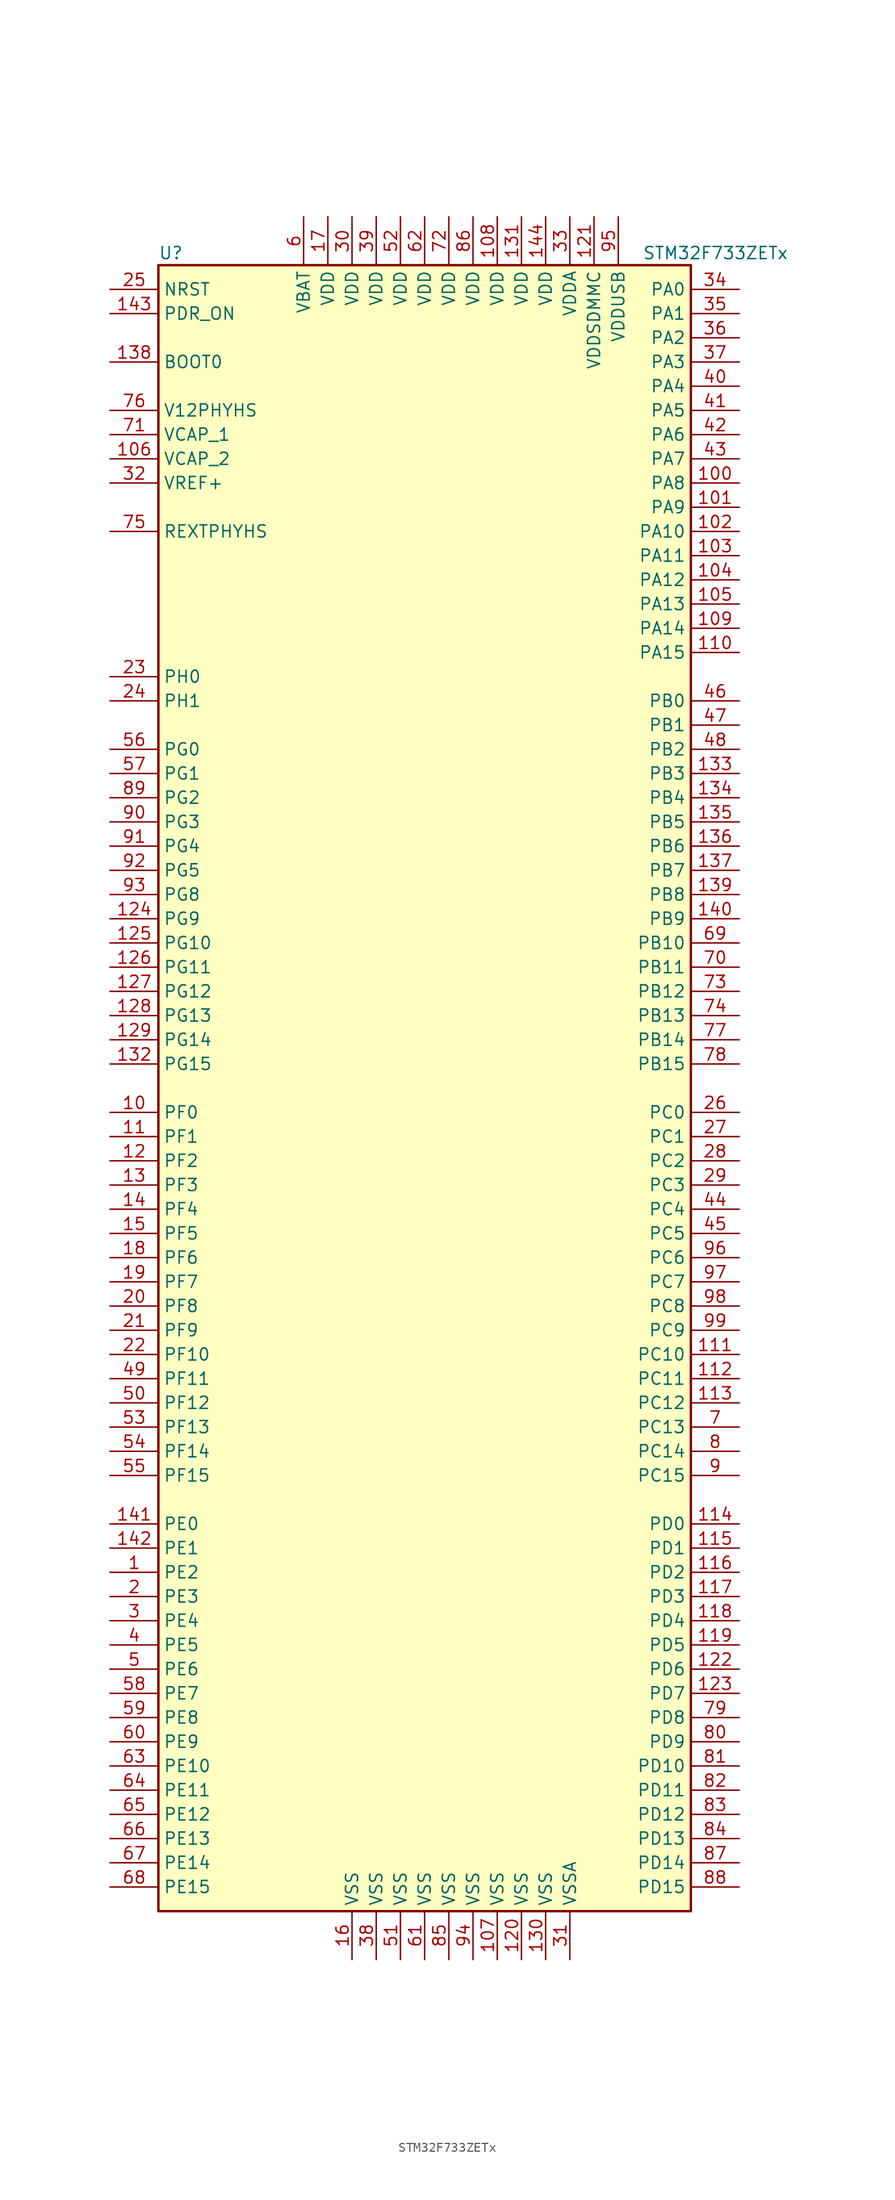
<source format=kicad_sym>
(kicad_symbol_lib
  (version 20201005)
  (generator kicad_symbol_editor)
  (symbol "STM32F733ZETx"
    (property "Reference" "U"
      (at -27.94 87.63 0)
      (effects (font (size 1.27 1.27)) (justify left)))
    (property "Value" "STM32F733ZETx"
      (at 22.86 87.63 0)
      (effects (font (size 1.27 1.27)) (justify left)))
    (symbol "STM32F733ZETx_0_1"
      (rectangle (start -27.94 -86.36) (end 27.94 86.36) (stroke (width 0.254)) (fill (type background))))
    (symbol "STM32F733ZETx_1_1"
      (pin bidirectional line (at -33.02 -50.8 0) (length 5.08) (name "PE2" (effects (font (size 1.27 1.27)))) (number "1" (effects (font (size 1.27 1.27)))))
      (pin bidirectional line (at -33.02 -2.54 0) (length 5.08) (name "PF0" (effects (font (size 1.27 1.27)))) (number "10" (effects (font (size 1.27 1.27)))))
      (pin bidirectional line (at 33.02 63.5 180) (length 5.08) (name "PA8" (effects (font (size 1.27 1.27)))) (number "100" (effects (font (size 1.27 1.27)))))
      (pin bidirectional line (at 33.02 60.96 180) (length 5.08) (name "PA9" (effects (font (size 1.27 1.27)))) (number "101" (effects (font (size 1.27 1.27)))))
      (pin bidirectional line (at 33.02 58.42 180) (length 5.08) (name "PA10" (effects (font (size 1.27 1.27)))) (number "102" (effects (font (size 1.27 1.27)))))
      (pin bidirectional line (at 33.02 55.88 180) (length 5.08) (name "PA11" (effects (font (size 1.27 1.27)))) (number "103" (effects (font (size 1.27 1.27)))))
      (pin bidirectional line (at 33.02 53.34 180) (length 5.08) (name "PA12" (effects (font (size 1.27 1.27)))) (number "104" (effects (font (size 1.27 1.27)))))
      (pin bidirectional line (at 33.02 50.8 180) (length 5.08) (name "PA13" (effects (font (size 1.27 1.27)))) (number "105" (effects (font (size 1.27 1.27)))))
      (pin power_in line (at -33.02 66.04 0) (length 5.08) (name "VCAP_2" (effects (font (size 1.27 1.27)))) (number "106" (effects (font (size 1.27 1.27)))))
      (pin power_in line (at 7.62 -91.44 90) (length 5.08) (name "VSS" (effects (font (size 1.27 1.27)))) (number "107" (effects (font (size 1.27 1.27)))))
      (pin power_in line (at 7.62 91.44 270) (length 5.08) (name "VDD" (effects (font (size 1.27 1.27)))) (number "108" (effects (font (size 1.27 1.27)))))
      (pin bidirectional line (at 33.02 48.26 180) (length 5.08) (name "PA14" (effects (font (size 1.27 1.27)))) (number "109" (effects (font (size 1.27 1.27)))))
      (pin bidirectional line (at -33.02 -5.08 0) (length 5.08) (name "PF1" (effects (font (size 1.27 1.27)))) (number "11" (effects (font (size 1.27 1.27)))))
      (pin bidirectional line (at 33.02 45.72 180) (length 5.08) (name "PA15" (effects (font (size 1.27 1.27)))) (number "110" (effects (font (size 1.27 1.27)))))
      (pin bidirectional line (at 33.02 -27.94 180) (length 5.08) (name "PC10" (effects (font (size 1.27 1.27)))) (number "111" (effects (font (size 1.27 1.27)))))
      (pin bidirectional line (at 33.02 -30.48 180) (length 5.08) (name "PC11" (effects (font (size 1.27 1.27)))) (number "112" (effects (font (size 1.27 1.27)))))
      (pin bidirectional line (at 33.02 -33.02 180) (length 5.08) (name "PC12" (effects (font (size 1.27 1.27)))) (number "113" (effects (font (size 1.27 1.27)))))
      (pin bidirectional line (at 33.02 -45.72 180) (length 5.08) (name "PD0" (effects (font (size 1.27 1.27)))) (number "114" (effects (font (size 1.27 1.27)))))
      (pin bidirectional line (at 33.02 -48.26 180) (length 5.08) (name "PD1" (effects (font (size 1.27 1.27)))) (number "115" (effects (font (size 1.27 1.27)))))
      (pin bidirectional line (at 33.02 -50.8 180) (length 5.08) (name "PD2" (effects (font (size 1.27 1.27)))) (number "116" (effects (font (size 1.27 1.27)))))
      (pin bidirectional line (at 33.02 -53.34 180) (length 5.08) (name "PD3" (effects (font (size 1.27 1.27)))) (number "117" (effects (font (size 1.27 1.27)))))
      (pin bidirectional line (at 33.02 -55.88 180) (length 5.08) (name "PD4" (effects (font (size 1.27 1.27)))) (number "118" (effects (font (size 1.27 1.27)))))
      (pin bidirectional line (at 33.02 -58.42 180) (length 5.08) (name "PD5" (effects (font (size 1.27 1.27)))) (number "119" (effects (font (size 1.27 1.27)))))
      (pin bidirectional line (at -33.02 -7.62 0) (length 5.08) (name "PF2" (effects (font (size 1.27 1.27)))) (number "12" (effects (font (size 1.27 1.27)))))
      (pin power_in line (at 10.16 -91.44 90) (length 5.08) (name "VSS" (effects (font (size 1.27 1.27)))) (number "120" (effects (font (size 1.27 1.27)))))
      (pin power_in line (at 17.78 91.44 270) (length 5.08) (name "VDDSDMMC" (effects (font (size 1.27 1.27)))) (number "121" (effects (font (size 1.27 1.27)))))
      (pin bidirectional line (at 33.02 -60.96 180) (length 5.08) (name "PD6" (effects (font (size 1.27 1.27)))) (number "122" (effects (font (size 1.27 1.27)))))
      (pin bidirectional line (at 33.02 -63.5 180) (length 5.08) (name "PD7" (effects (font (size 1.27 1.27)))) (number "123" (effects (font (size 1.27 1.27)))))
      (pin bidirectional line (at -33.02 17.78 0) (length 5.08) (name "PG9" (effects (font (size 1.27 1.27)))) (number "124" (effects (font (size 1.27 1.27)))))
      (pin bidirectional line (at -33.02 15.24 0) (length 5.08) (name "PG10" (effects (font (size 1.27 1.27)))) (number "125" (effects (font (size 1.27 1.27)))))
      (pin bidirectional line (at -33.02 12.7 0) (length 5.08) (name "PG11" (effects (font (size 1.27 1.27)))) (number "126" (effects (font (size 1.27 1.27)))))
      (pin bidirectional line (at -33.02 10.16 0) (length 5.08) (name "PG12" (effects (font (size 1.27 1.27)))) (number "127" (effects (font (size 1.27 1.27)))))
      (pin bidirectional line (at -33.02 7.62 0) (length 5.08) (name "PG13" (effects (font (size 1.27 1.27)))) (number "128" (effects (font (size 1.27 1.27)))))
      (pin bidirectional line (at -33.02 5.08 0) (length 5.08) (name "PG14" (effects (font (size 1.27 1.27)))) (number "129" (effects (font (size 1.27 1.27)))))
      (pin bidirectional line (at -33.02 -10.16 0) (length 5.08) (name "PF3" (effects (font (size 1.27 1.27)))) (number "13" (effects (font (size 1.27 1.27)))))
      (pin power_in line (at 12.7 -91.44 90) (length 5.08) (name "VSS" (effects (font (size 1.27 1.27)))) (number "130" (effects (font (size 1.27 1.27)))))
      (pin power_in line (at 10.16 91.44 270) (length 5.08) (name "VDD" (effects (font (size 1.27 1.27)))) (number "131" (effects (font (size 1.27 1.27)))))
      (pin bidirectional line (at -33.02 2.54 0) (length 5.08) (name "PG15" (effects (font (size 1.27 1.27)))) (number "132" (effects (font (size 1.27 1.27)))))
      (pin bidirectional line (at 33.02 33.02 180) (length 5.08) (name "PB3" (effects (font (size 1.27 1.27)))) (number "133" (effects (font (size 1.27 1.27)))))
      (pin bidirectional line (at 33.02 30.48 180) (length 5.08) (name "PB4" (effects (font (size 1.27 1.27)))) (number "134" (effects (font (size 1.27 1.27)))))
      (pin bidirectional line (at 33.02 27.94 180) (length 5.08) (name "PB5" (effects (font (size 1.27 1.27)))) (number "135" (effects (font (size 1.27 1.27)))))
      (pin bidirectional line (at 33.02 25.4 180) (length 5.08) (name "PB6" (effects (font (size 1.27 1.27)))) (number "136" (effects (font (size 1.27 1.27)))))
      (pin bidirectional line (at 33.02 22.86 180) (length 5.08) (name "PB7" (effects (font (size 1.27 1.27)))) (number "137" (effects (font (size 1.27 1.27)))))
      (pin input line (at -33.02 76.2 0) (length 5.08) (name "BOOT0" (effects (font (size 1.27 1.27)))) (number "138" (effects (font (size 1.27 1.27)))))
      (pin bidirectional line (at 33.02 20.32 180) (length 5.08) (name "PB8" (effects (font (size 1.27 1.27)))) (number "139" (effects (font (size 1.27 1.27)))))
      (pin bidirectional line (at -33.02 -12.7 0) (length 5.08) (name "PF4" (effects (font (size 1.27 1.27)))) (number "14" (effects (font (size 1.27 1.27)))))
      (pin bidirectional line (at 33.02 17.78 180) (length 5.08) (name "PB9" (effects (font (size 1.27 1.27)))) (number "140" (effects (font (size 1.27 1.27)))))
      (pin bidirectional line (at -33.02 -45.72 0) (length 5.08) (name "PE0" (effects (font (size 1.27 1.27)))) (number "141" (effects (font (size 1.27 1.27)))))
      (pin bidirectional line (at -33.02 -48.26 0) (length 5.08) (name "PE1" (effects (font (size 1.27 1.27)))) (number "142" (effects (font (size 1.27 1.27)))))
      (pin input line (at -33.02 81.28 0) (length 5.08) (name "PDR_ON" (effects (font (size 1.27 1.27)))) (number "143" (effects (font (size 1.27 1.27)))))
      (pin power_in line (at 12.7 91.44 270) (length 5.08) (name "VDD" (effects (font (size 1.27 1.27)))) (number "144" (effects (font (size 1.27 1.27)))))
      (pin bidirectional line (at -33.02 -15.24 0) (length 5.08) (name "PF5" (effects (font (size 1.27 1.27)))) (number "15" (effects (font (size 1.27 1.27)))))
      (pin power_in line (at -7.62 -91.44 90) (length 5.08) (name "VSS" (effects (font (size 1.27 1.27)))) (number "16" (effects (font (size 1.27 1.27)))))
      (pin power_in line (at -10.16 91.44 270) (length 5.08) (name "VDD" (effects (font (size 1.27 1.27)))) (number "17" (effects (font (size 1.27 1.27)))))
      (pin bidirectional line (at -33.02 -17.78 0) (length 5.08) (name "PF6" (effects (font (size 1.27 1.27)))) (number "18" (effects (font (size 1.27 1.27)))))
      (pin bidirectional line (at -33.02 -20.32 0) (length 5.08) (name "PF7" (effects (font (size 1.27 1.27)))) (number "19" (effects (font (size 1.27 1.27)))))
      (pin bidirectional line (at -33.02 -53.34 0) (length 5.08) (name "PE3" (effects (font (size 1.27 1.27)))) (number "2" (effects (font (size 1.27 1.27)))))
      (pin bidirectional line (at -33.02 -22.86 0) (length 5.08) (name "PF8" (effects (font (size 1.27 1.27)))) (number "20" (effects (font (size 1.27 1.27)))))
      (pin bidirectional line (at -33.02 -25.4 0) (length 5.08) (name "PF9" (effects (font (size 1.27 1.27)))) (number "21" (effects (font (size 1.27 1.27)))))
      (pin bidirectional line (at -33.02 -27.94 0) (length 5.08) (name "PF10" (effects (font (size 1.27 1.27)))) (number "22" (effects (font (size 1.27 1.27)))))
      (pin input line (at -33.02 43.18 0) (length 5.08) (name "PH0" (effects (font (size 1.27 1.27)))) (number "23" (effects (font (size 1.27 1.27)))))
      (pin input line (at -33.02 40.64 0) (length 5.08) (name "PH1" (effects (font (size 1.27 1.27)))) (number "24" (effects (font (size 1.27 1.27)))))
      (pin input line (at -33.02 83.82 0) (length 5.08) (name "NRST" (effects (font (size 1.27 1.27)))) (number "25" (effects (font (size 1.27 1.27)))))
      (pin bidirectional line (at 33.02 -2.54 180) (length 5.08) (name "PC0" (effects (font (size 1.27 1.27)))) (number "26" (effects (font (size 1.27 1.27)))))
      (pin bidirectional line (at 33.02 -5.08 180) (length 5.08) (name "PC1" (effects (font (size 1.27 1.27)))) (number "27" (effects (font (size 1.27 1.27)))))
      (pin bidirectional line (at 33.02 -7.62 180) (length 5.08) (name "PC2" (effects (font (size 1.27 1.27)))) (number "28" (effects (font (size 1.27 1.27)))))
      (pin bidirectional line (at 33.02 -10.16 180) (length 5.08) (name "PC3" (effects (font (size 1.27 1.27)))) (number "29" (effects (font (size 1.27 1.27)))))
      (pin bidirectional line (at -33.02 -55.88 0) (length 5.08) (name "PE4" (effects (font (size 1.27 1.27)))) (number "3" (effects (font (size 1.27 1.27)))))
      (pin power_in line (at -7.62 91.44 270) (length 5.08) (name "VDD" (effects (font (size 1.27 1.27)))) (number "30" (effects (font (size 1.27 1.27)))))
      (pin power_in line (at 15.24 -91.44 90) (length 5.08) (name "VSSA" (effects (font (size 1.27 1.27)))) (number "31" (effects (font (size 1.27 1.27)))))
      (pin power_in line (at -33.02 63.5 0) (length 5.08) (name "VREF+" (effects (font (size 1.27 1.27)))) (number "32" (effects (font (size 1.27 1.27)))))
      (pin power_in line (at 15.24 91.44 270) (length 5.08) (name "VDDA" (effects (font (size 1.27 1.27)))) (number "33" (effects (font (size 1.27 1.27)))))
      (pin bidirectional line (at 33.02 83.82 180) (length 5.08) (name "PA0" (effects (font (size 1.27 1.27)))) (number "34" (effects (font (size 1.27 1.27)))))
      (pin bidirectional line (at 33.02 81.28 180) (length 5.08) (name "PA1" (effects (font (size 1.27 1.27)))) (number "35" (effects (font (size 1.27 1.27)))))
      (pin bidirectional line (at 33.02 78.74 180) (length 5.08) (name "PA2" (effects (font (size 1.27 1.27)))) (number "36" (effects (font (size 1.27 1.27)))))
      (pin bidirectional line (at 33.02 76.2 180) (length 5.08) (name "PA3" (effects (font (size 1.27 1.27)))) (number "37" (effects (font (size 1.27 1.27)))))
      (pin power_in line (at -5.08 -91.44 90) (length 5.08) (name "VSS" (effects (font (size 1.27 1.27)))) (number "38" (effects (font (size 1.27 1.27)))))
      (pin power_in line (at -5.08 91.44 270) (length 5.08) (name "VDD" (effects (font (size 1.27 1.27)))) (number "39" (effects (font (size 1.27 1.27)))))
      (pin bidirectional line (at -33.02 -58.42 0) (length 5.08) (name "PE5" (effects (font (size 1.27 1.27)))) (number "4" (effects (font (size 1.27 1.27)))))
      (pin bidirectional line (at 33.02 73.66 180) (length 5.08) (name "PA4" (effects (font (size 1.27 1.27)))) (number "40" (effects (font (size 1.27 1.27)))))
      (pin bidirectional line (at 33.02 71.12 180) (length 5.08) (name "PA5" (effects (font (size 1.27 1.27)))) (number "41" (effects (font (size 1.27 1.27)))))
      (pin bidirectional line (at 33.02 68.58 180) (length 5.08) (name "PA6" (effects (font (size 1.27 1.27)))) (number "42" (effects (font (size 1.27 1.27)))))
      (pin bidirectional line (at 33.02 66.04 180) (length 5.08) (name "PA7" (effects (font (size 1.27 1.27)))) (number "43" (effects (font (size 1.27 1.27)))))
      (pin bidirectional line (at 33.02 -12.7 180) (length 5.08) (name "PC4" (effects (font (size 1.27 1.27)))) (number "44" (effects (font (size 1.27 1.27)))))
      (pin bidirectional line (at 33.02 -15.24 180) (length 5.08) (name "PC5" (effects (font (size 1.27 1.27)))) (number "45" (effects (font (size 1.27 1.27)))))
      (pin bidirectional line (at 33.02 40.64 180) (length 5.08) (name "PB0" (effects (font (size 1.27 1.27)))) (number "46" (effects (font (size 1.27 1.27)))))
      (pin bidirectional line (at 33.02 38.1 180) (length 5.08) (name "PB1" (effects (font (size 1.27 1.27)))) (number "47" (effects (font (size 1.27 1.27)))))
      (pin bidirectional line (at 33.02 35.56 180) (length 5.08) (name "PB2" (effects (font (size 1.27 1.27)))) (number "48" (effects (font (size 1.27 1.27)))))
      (pin bidirectional line (at -33.02 -30.48 0) (length 5.08) (name "PF11" (effects (font (size 1.27 1.27)))) (number "49" (effects (font (size 1.27 1.27)))))
      (pin bidirectional line (at -33.02 -60.96 0) (length 5.08) (name "PE6" (effects (font (size 1.27 1.27)))) (number "5" (effects (font (size 1.27 1.27)))))
      (pin bidirectional line (at -33.02 -33.02 0) (length 5.08) (name "PF12" (effects (font (size 1.27 1.27)))) (number "50" (effects (font (size 1.27 1.27)))))
      (pin power_in line (at -2.54 -91.44 90) (length 5.08) (name "VSS" (effects (font (size 1.27 1.27)))) (number "51" (effects (font (size 1.27 1.27)))))
      (pin power_in line (at -2.54 91.44 270) (length 5.08) (name "VDD" (effects (font (size 1.27 1.27)))) (number "52" (effects (font (size 1.27 1.27)))))
      (pin bidirectional line (at -33.02 -35.56 0) (length 5.08) (name "PF13" (effects (font (size 1.27 1.27)))) (number "53" (effects (font (size 1.27 1.27)))))
      (pin bidirectional line (at -33.02 -38.1 0) (length 5.08) (name "PF14" (effects (font (size 1.27 1.27)))) (number "54" (effects (font (size 1.27 1.27)))))
      (pin bidirectional line (at -33.02 -40.64 0) (length 5.08) (name "PF15" (effects (font (size 1.27 1.27)))) (number "55" (effects (font (size 1.27 1.27)))))
      (pin bidirectional line (at -33.02 35.56 0) (length 5.08) (name "PG0" (effects (font (size 1.27 1.27)))) (number "56" (effects (font (size 1.27 1.27)))))
      (pin bidirectional line (at -33.02 33.02 0) (length 5.08) (name "PG1" (effects (font (size 1.27 1.27)))) (number "57" (effects (font (size 1.27 1.27)))))
      (pin bidirectional line (at -33.02 -63.5 0) (length 5.08) (name "PE7" (effects (font (size 1.27 1.27)))) (number "58" (effects (font (size 1.27 1.27)))))
      (pin bidirectional line (at -33.02 -66.04 0) (length 5.08) (name "PE8" (effects (font (size 1.27 1.27)))) (number "59" (effects (font (size 1.27 1.27)))))
      (pin power_in line (at -12.7 91.44 270) (length 5.08) (name "VBAT" (effects (font (size 1.27 1.27)))) (number "6" (effects (font (size 1.27 1.27)))))
      (pin bidirectional line (at -33.02 -68.58 0) (length 5.08) (name "PE9" (effects (font (size 1.27 1.27)))) (number "60" (effects (font (size 1.27 1.27)))))
      (pin power_in line (at 0 -91.44 90) (length 5.08) (name "VSS" (effects (font (size 1.27 1.27)))) (number "61" (effects (font (size 1.27 1.27)))))
      (pin power_in line (at 0 91.44 270) (length 5.08) (name "VDD" (effects (font (size 1.27 1.27)))) (number "62" (effects (font (size 1.27 1.27)))))
      (pin bidirectional line (at -33.02 -71.12 0) (length 5.08) (name "PE10" (effects (font (size 1.27 1.27)))) (number "63" (effects (font (size 1.27 1.27)))))
      (pin bidirectional line (at -33.02 -73.66 0) (length 5.08) (name "PE11" (effects (font (size 1.27 1.27)))) (number "64" (effects (font (size 1.27 1.27)))))
      (pin bidirectional line (at -33.02 -76.2 0) (length 5.08) (name "PE12" (effects (font (size 1.27 1.27)))) (number "65" (effects (font (size 1.27 1.27)))))
      (pin bidirectional line (at -33.02 -78.74 0) (length 5.08) (name "PE13" (effects (font (size 1.27 1.27)))) (number "66" (effects (font (size 1.27 1.27)))))
      (pin bidirectional line (at -33.02 -81.28 0) (length 5.08) (name "PE14" (effects (font (size 1.27 1.27)))) (number "67" (effects (font (size 1.27 1.27)))))
      (pin bidirectional line (at -33.02 -83.82 0) (length 5.08) (name "PE15" (effects (font (size 1.27 1.27)))) (number "68" (effects (font (size 1.27 1.27)))))
      (pin bidirectional line (at 33.02 15.24 180) (length 5.08) (name "PB10" (effects (font (size 1.27 1.27)))) (number "69" (effects (font (size 1.27 1.27)))))
      (pin bidirectional line (at 33.02 -35.56 180) (length 5.08) (name "PC13" (effects (font (size 1.27 1.27)))) (number "7" (effects (font (size 1.27 1.27)))))
      (pin bidirectional line (at 33.02 12.7 180) (length 5.08) (name "PB11" (effects (font (size 1.27 1.27)))) (number "70" (effects (font (size 1.27 1.27)))))
      (pin power_in line (at -33.02 68.58 0) (length 5.08) (name "VCAP_1" (effects (font (size 1.27 1.27)))) (number "71" (effects (font (size 1.27 1.27)))))
      (pin power_in line (at 2.54 91.44 270) (length 5.08) (name "VDD" (effects (font (size 1.27 1.27)))) (number "72" (effects (font (size 1.27 1.27)))))
      (pin bidirectional line (at 33.02 10.16 180) (length 5.08) (name "PB12" (effects (font (size 1.27 1.27)))) (number "73" (effects (font (size 1.27 1.27)))))
      (pin bidirectional line (at 33.02 7.62 180) (length 5.08) (name "PB13" (effects (font (size 1.27 1.27)))) (number "74" (effects (font (size 1.27 1.27)))))
      (pin bidirectional line (at -33.02 58.42 0) (length 5.08) (name "REXTPHYHS" (effects (font (size 1.27 1.27)))) (number "75" (effects (font (size 1.27 1.27)))))
      (pin power_in line (at -33.02 71.12 0) (length 5.08) (name "V12PHYHS" (effects (font (size 1.27 1.27)))) (number "76" (effects (font (size 1.27 1.27)))))
      (pin bidirectional line (at 33.02 5.08 180) (length 5.08) (name "PB14" (effects (font (size 1.27 1.27)))) (number "77" (effects (font (size 1.27 1.27)))))
      (pin bidirectional line (at 33.02 2.54 180) (length 5.08) (name "PB15" (effects (font (size 1.27 1.27)))) (number "78" (effects (font (size 1.27 1.27)))))
      (pin bidirectional line (at 33.02 -66.04 180) (length 5.08) (name "PD8" (effects (font (size 1.27 1.27)))) (number "79" (effects (font (size 1.27 1.27)))))
      (pin bidirectional line (at 33.02 -38.1 180) (length 5.08) (name "PC14" (effects (font (size 1.27 1.27)))) (number "8" (effects (font (size 1.27 1.27)))))
      (pin bidirectional line (at 33.02 -68.58 180) (length 5.08) (name "PD9" (effects (font (size 1.27 1.27)))) (number "80" (effects (font (size 1.27 1.27)))))
      (pin bidirectional line (at 33.02 -71.12 180) (length 5.08) (name "PD10" (effects (font (size 1.27 1.27)))) (number "81" (effects (font (size 1.27 1.27)))))
      (pin bidirectional line (at 33.02 -73.66 180) (length 5.08) (name "PD11" (effects (font (size 1.27 1.27)))) (number "82" (effects (font (size 1.27 1.27)))))
      (pin bidirectional line (at 33.02 -76.2 180) (length 5.08) (name "PD12" (effects (font (size 1.27 1.27)))) (number "83" (effects (font (size 1.27 1.27)))))
      (pin bidirectional line (at 33.02 -78.74 180) (length 5.08) (name "PD13" (effects (font (size 1.27 1.27)))) (number "84" (effects (font (size 1.27 1.27)))))
      (pin power_in line (at 2.54 -91.44 90) (length 5.08) (name "VSS" (effects (font (size 1.27 1.27)))) (number "85" (effects (font (size 1.27 1.27)))))
      (pin power_in line (at 5.08 91.44 270) (length 5.08) (name "VDD" (effects (font (size 1.27 1.27)))) (number "86" (effects (font (size 1.27 1.27)))))
      (pin bidirectional line (at 33.02 -81.28 180) (length 5.08) (name "PD14" (effects (font (size 1.27 1.27)))) (number "87" (effects (font (size 1.27 1.27)))))
      (pin bidirectional line (at 33.02 -83.82 180) (length 5.08) (name "PD15" (effects (font (size 1.27 1.27)))) (number "88" (effects (font (size 1.27 1.27)))))
      (pin bidirectional line (at -33.02 30.48 0) (length 5.08) (name "PG2" (effects (font (size 1.27 1.27)))) (number "89" (effects (font (size 1.27 1.27)))))
      (pin bidirectional line (at 33.02 -40.64 180) (length 5.08) (name "PC15" (effects (font (size 1.27 1.27)))) (number "9" (effects (font (size 1.27 1.27)))))
      (pin bidirectional line (at -33.02 27.94 0) (length 5.08) (name "PG3" (effects (font (size 1.27 1.27)))) (number "90" (effects (font (size 1.27 1.27)))))
      (pin bidirectional line (at -33.02 25.4 0) (length 5.08) (name "PG4" (effects (font (size 1.27 1.27)))) (number "91" (effects (font (size 1.27 1.27)))))
      (pin bidirectional line (at -33.02 22.86 0) (length 5.08) (name "PG5" (effects (font (size 1.27 1.27)))) (number "92" (effects (font (size 1.27 1.27)))))
      (pin bidirectional line (at -33.02 20.32 0) (length 5.08) (name "PG8" (effects (font (size 1.27 1.27)))) (number "93" (effects (font (size 1.27 1.27)))))
      (pin power_in line (at 5.08 -91.44 90) (length 5.08) (name "VSS" (effects (font (size 1.27 1.27)))) (number "94" (effects (font (size 1.27 1.27)))))
      (pin power_in line (at 20.32 91.44 270) (length 5.08) (name "VDDUSB" (effects (font (size 1.27 1.27)))) (number "95" (effects (font (size 1.27 1.27)))))
      (pin bidirectional line (at 33.02 -17.78 180) (length 5.08) (name "PC6" (effects (font (size 1.27 1.27)))) (number "96" (effects (font (size 1.27 1.27)))))
      (pin bidirectional line (at 33.02 -20.32 180) (length 5.08) (name "PC7" (effects (font (size 1.27 1.27)))) (number "97" (effects (font (size 1.27 1.27)))))
      (pin bidirectional line (at 33.02 -22.86 180) (length 5.08) (name "PC8" (effects (font (size 1.27 1.27)))) (number "98" (effects (font (size 1.27 1.27)))))
      (pin bidirectional line (at 33.02 -25.4 180) (length 5.08) (name "PC9" (effects (font (size 1.27 1.27)))) (number "99" (effects (font (size 1.27 1.27))))))))
</source>
